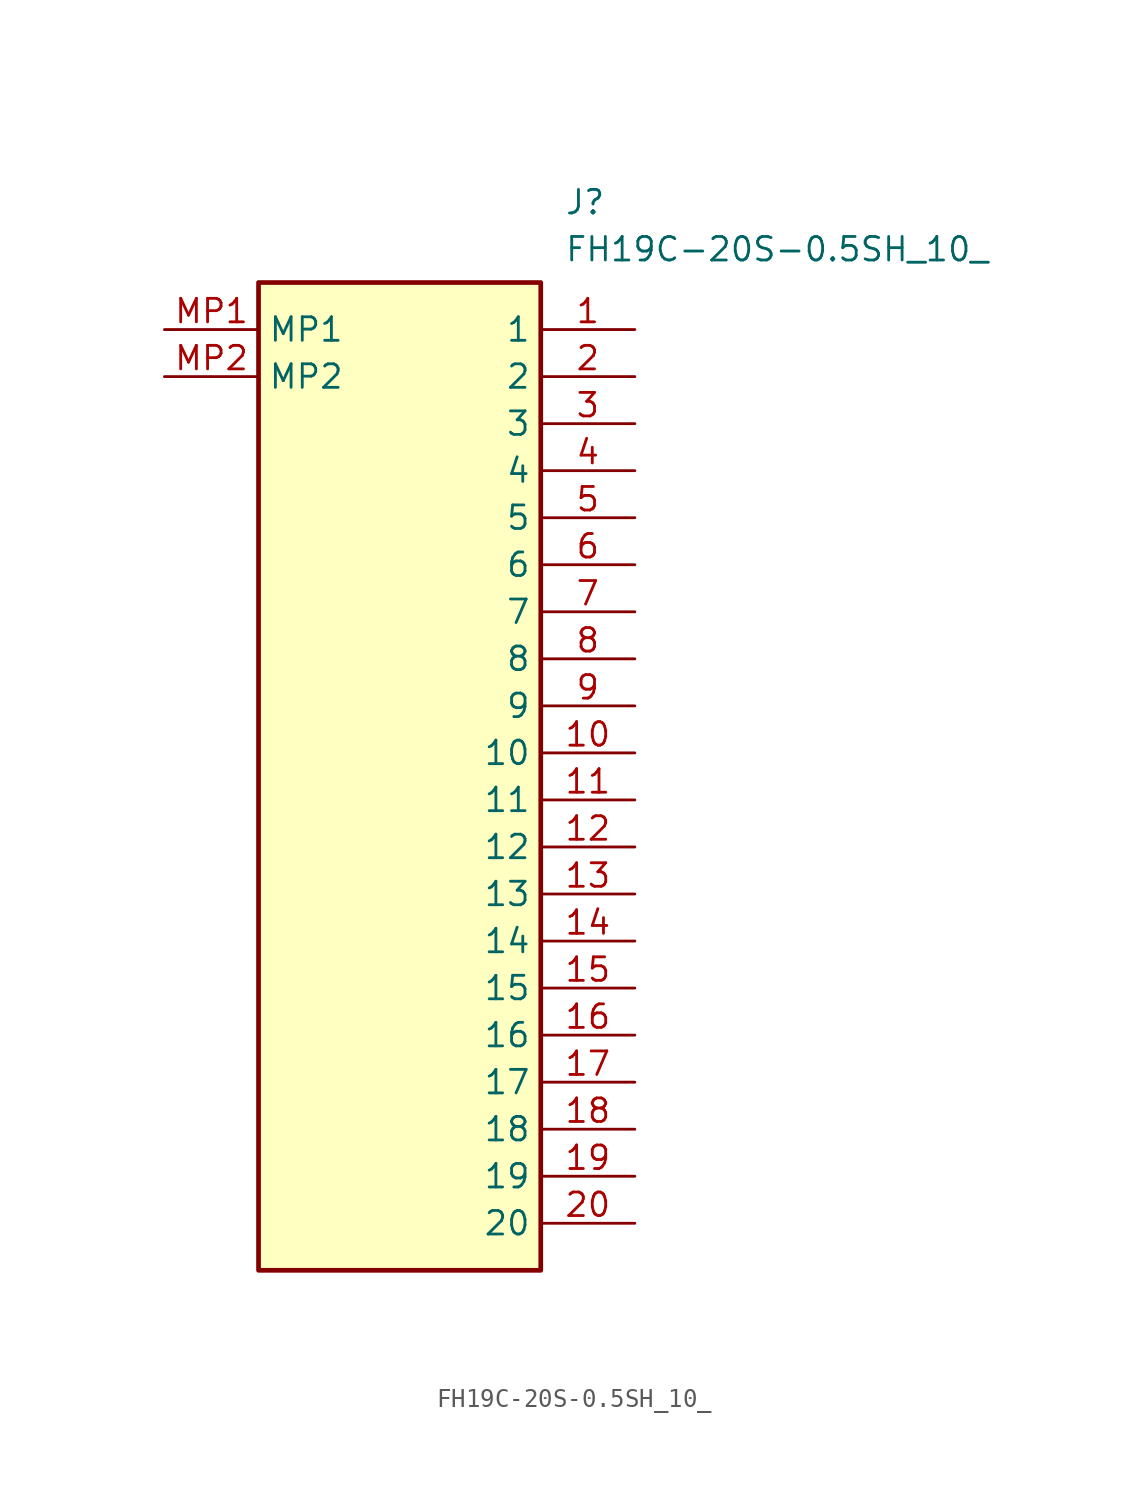
<source format=kicad_sym>
(kicad_symbol_lib
  (version 20211014)
  (generator SamacSys_ECAD_Model)
  (symbol "FH19C-20S-0.5SH_10_"
    (property "Reference" "J"
      (at 21.59 7.62 0)
      (effects (font (size 1.27 1.27)) (justify left top)))
    (property "Value" "FH19C-20S-0.5SH_10_"
      (at 21.59 5.08 0)
      (effects (font (size 1.27 1.27)) (justify left top)))
    (rectangle
      (start 5.08 2.54)
      (end 20.32 -50.8)
      (stroke (width 0.254) (type default))
      (fill (type background)))
    (pin passive line
      (at 25.4 0 180)
      (length 5.08)
      (name "1" (effects (font (size 1.27 1.27))))
      (number "1" (effects (font (size 1.27 1.27)))))
    (pin passive line
      (at 25.4 -2.54 180)
      (length 5.08)
      (name "2" (effects (font (size 1.27 1.27))))
      (number "2" (effects (font (size 1.27 1.27)))))
    (pin passive line
      (at 25.4 -5.08 180)
      (length 5.08)
      (name "3" (effects (font (size 1.27 1.27))))
      (number "3" (effects (font (size 1.27 1.27)))))
    (pin passive line
      (at 25.4 -7.62 180)
      (length 5.08)
      (name "4" (effects (font (size 1.27 1.27))))
      (number "4" (effects (font (size 1.27 1.27)))))
    (pin passive line
      (at 25.4 -10.16 180)
      (length 5.08)
      (name "5" (effects (font (size 1.27 1.27))))
      (number "5" (effects (font (size 1.27 1.27)))))
    (pin passive line
      (at 25.4 -12.7 180)
      (length 5.08)
      (name "6" (effects (font (size 1.27 1.27))))
      (number "6" (effects (font (size 1.27 1.27)))))
    (pin passive line
      (at 25.4 -15.24 180)
      (length 5.08)
      (name "7" (effects (font (size 1.27 1.27))))
      (number "7" (effects (font (size 1.27 1.27)))))
    (pin passive line
      (at 25.4 -17.78 180)
      (length 5.08)
      (name "8" (effects (font (size 1.27 1.27))))
      (number "8" (effects (font (size 1.27 1.27)))))
    (pin passive line
      (at 25.4 -20.32 180)
      (length 5.08)
      (name "9" (effects (font (size 1.27 1.27))))
      (number "9" (effects (font (size 1.27 1.27)))))
    (pin passive line
      (at 25.4 -22.86 180)
      (length 5.08)
      (name "10" (effects (font (size 1.27 1.27))))
      (number "10" (effects (font (size 1.27 1.27)))))
    (pin passive line
      (at 25.4 -25.4 180)
      (length 5.08)
      (name "11" (effects (font (size 1.27 1.27))))
      (number "11" (effects (font (size 1.27 1.27)))))
    (pin passive line
      (at 25.4 -27.94 180)
      (length 5.08)
      (name "12" (effects (font (size 1.27 1.27))))
      (number "12" (effects (font (size 1.27 1.27)))))
    (pin passive line
      (at 25.4 -30.48 180)
      (length 5.08)
      (name "13" (effects (font (size 1.27 1.27))))
      (number "13" (effects (font (size 1.27 1.27)))))
    (pin passive line
      (at 25.4 -33.02 180)
      (length 5.08)
      (name "14" (effects (font (size 1.27 1.27))))
      (number "14" (effects (font (size 1.27 1.27)))))
    (pin passive line
      (at 25.4 -35.56 180)
      (length 5.08)
      (name "15" (effects (font (size 1.27 1.27))))
      (number "15" (effects (font (size 1.27 1.27)))))
    (pin passive line
      (at 25.4 -38.1 180)
      (length 5.08)
      (name "16" (effects (font (size 1.27 1.27))))
      (number "16" (effects (font (size 1.27 1.27)))))
    (pin passive line
      (at 25.4 -40.64 180)
      (length 5.08)
      (name "17" (effects (font (size 1.27 1.27))))
      (number "17" (effects (font (size 1.27 1.27)))))
    (pin passive line
      (at 25.4 -43.18 180)
      (length 5.08)
      (name "18" (effects (font (size 1.27 1.27))))
      (number "18" (effects (font (size 1.27 1.27)))))
    (pin passive line
      (at 25.4 -45.72 180)
      (length 5.08)
      (name "19" (effects (font (size 1.27 1.27))))
      (number "19" (effects (font (size 1.27 1.27)))))
    (pin passive line
      (at 25.4 -48.26 180)
      (length 5.08)
      (name "20" (effects (font (size 1.27 1.27))))
      (number "20" (effects (font (size 1.27 1.27)))))
    (pin passive line
      (at 0 0 0)
      (length 5.08)
      (name "MP1" (effects (font (size 1.27 1.27))))
      (number "MP1" (effects (font (size 1.27 1.27)))))
    (pin passive line
      (at 0 -2.54 0)
      (length 5.08)
      (name "MP2" (effects (font (size 1.27 1.27))))
      (number "MP2" (effects (font (size 1.27 1.27)))))))
</source>
